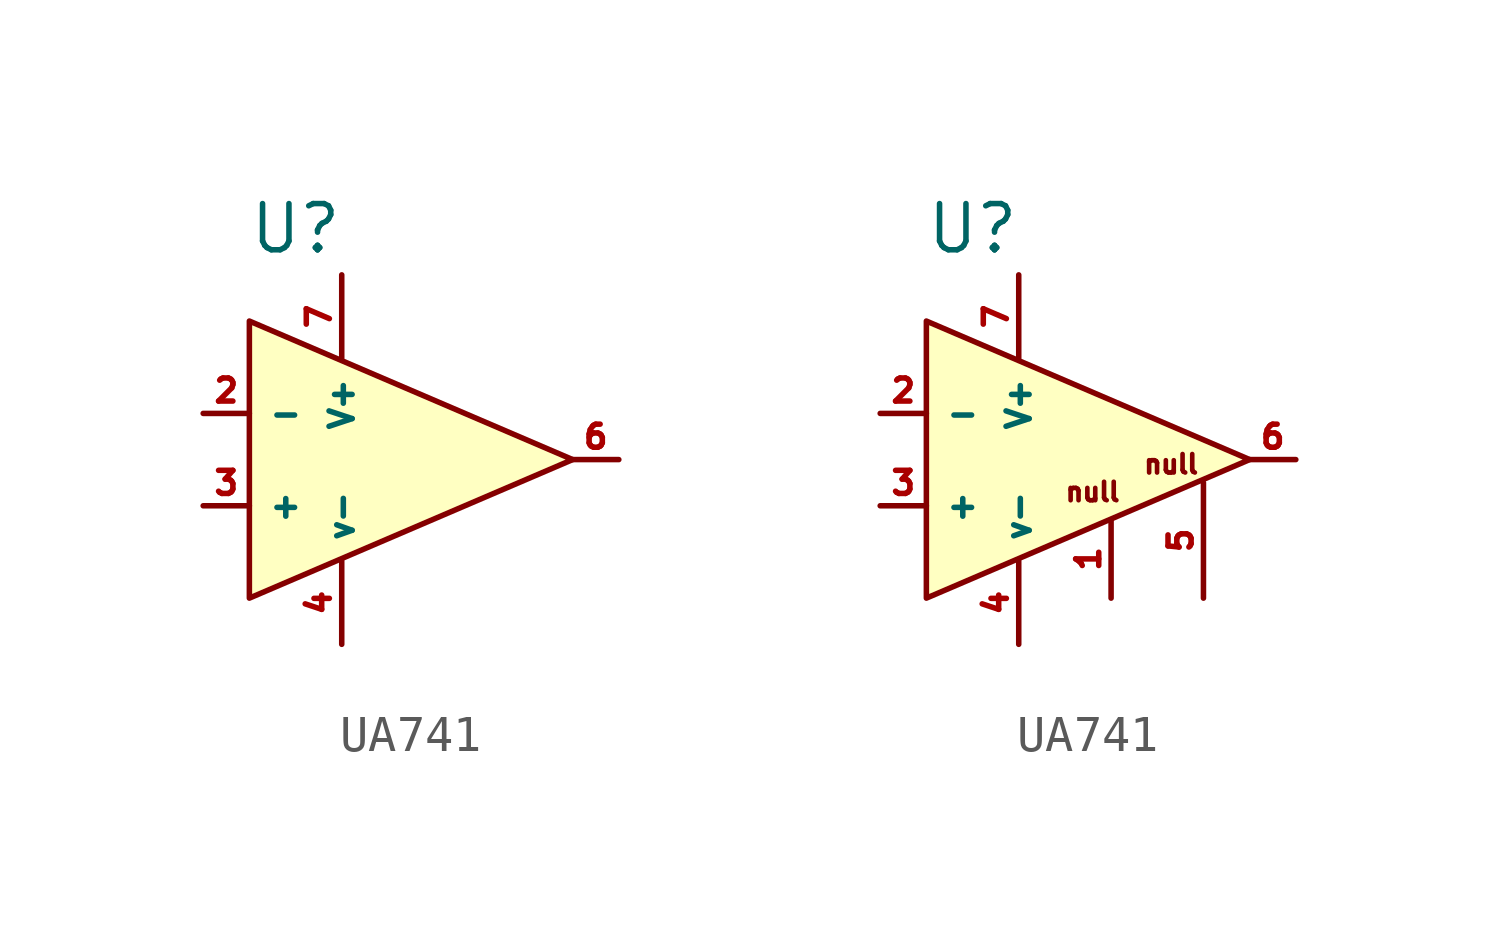
<source format=kicad_sym>
(kicad_symbol_lib
  (version 20231120)
  (generator "kicad_symbol_editor")
  (generator_version "8.0")
  (symbol "UA741"
    (property "Reference" "U"
      (at -1.27 6.35 0)
      (effects (font (size 1.27 1.27))))
    (property "Value" ""
      (at -2.54 3.81 0)
      (effects (font (size 1.27 1.27))))
    (symbol "UA741_1_0"
      (polyline (pts (xy -2.54 3.81) (xy -2.54 -3.81) (xy 6.35 0) (xy -2.54 3.81)) (stroke (width 0) (type default)) (fill (type background)))
      (pin passive line (at -3.81 1.27 0) (length 1.27) (name "-" (effects (font (size 0.635 0.635)))) (number "2" (effects (font (size 0.635 0.635)))))
      (pin passive line (at -3.81 -1.27 0) (length 1.27) (name "+" (effects (font (size 0.635 0.635)))) (number "3" (effects (font (size 0.635 0.635)))))
      (pin power_in line (at 0 -5.08 90) (length 2.286) (name "v-" (effects (font (size 0.635 0.635)))) (number "4" (effects (font (size 0.635 0.635)))))
      (pin passive line (at 7.62 0 180) (length 1.27) (name "" (effects (font (size 0.635 0.635)))) (number "6" (effects (font (size 0.635 0.635)))))
      (pin power_in line (at 0 5.08 270) (length 2.286) (name "V+" (effects (font (size 0.635 0.635)))) (number "7" (effects (font (size 0.635 0.635))))))
    (symbol "UA741_1_2"
      (text "null" (at 2.032 -0.889 0) (effects (font (size 0.508 0.508))))
      (text "null" (at 4.191 -0.127 0) (effects (font (size 0.508 0.508))))
      (pin passive line (at 2.54 -3.81 90) (length 2.159) (name "" (effects (font (size 0.635 0.635)))) (number "1" (effects (font (size 0.635 0.635)))))
      (pin passive line (at 5.08 -3.81 90) (length 3.175) (name "" (effects (font (size 0.635 0.635)))) (number "5" (effects (font (size 0.635 0.635))))))))
</source>
